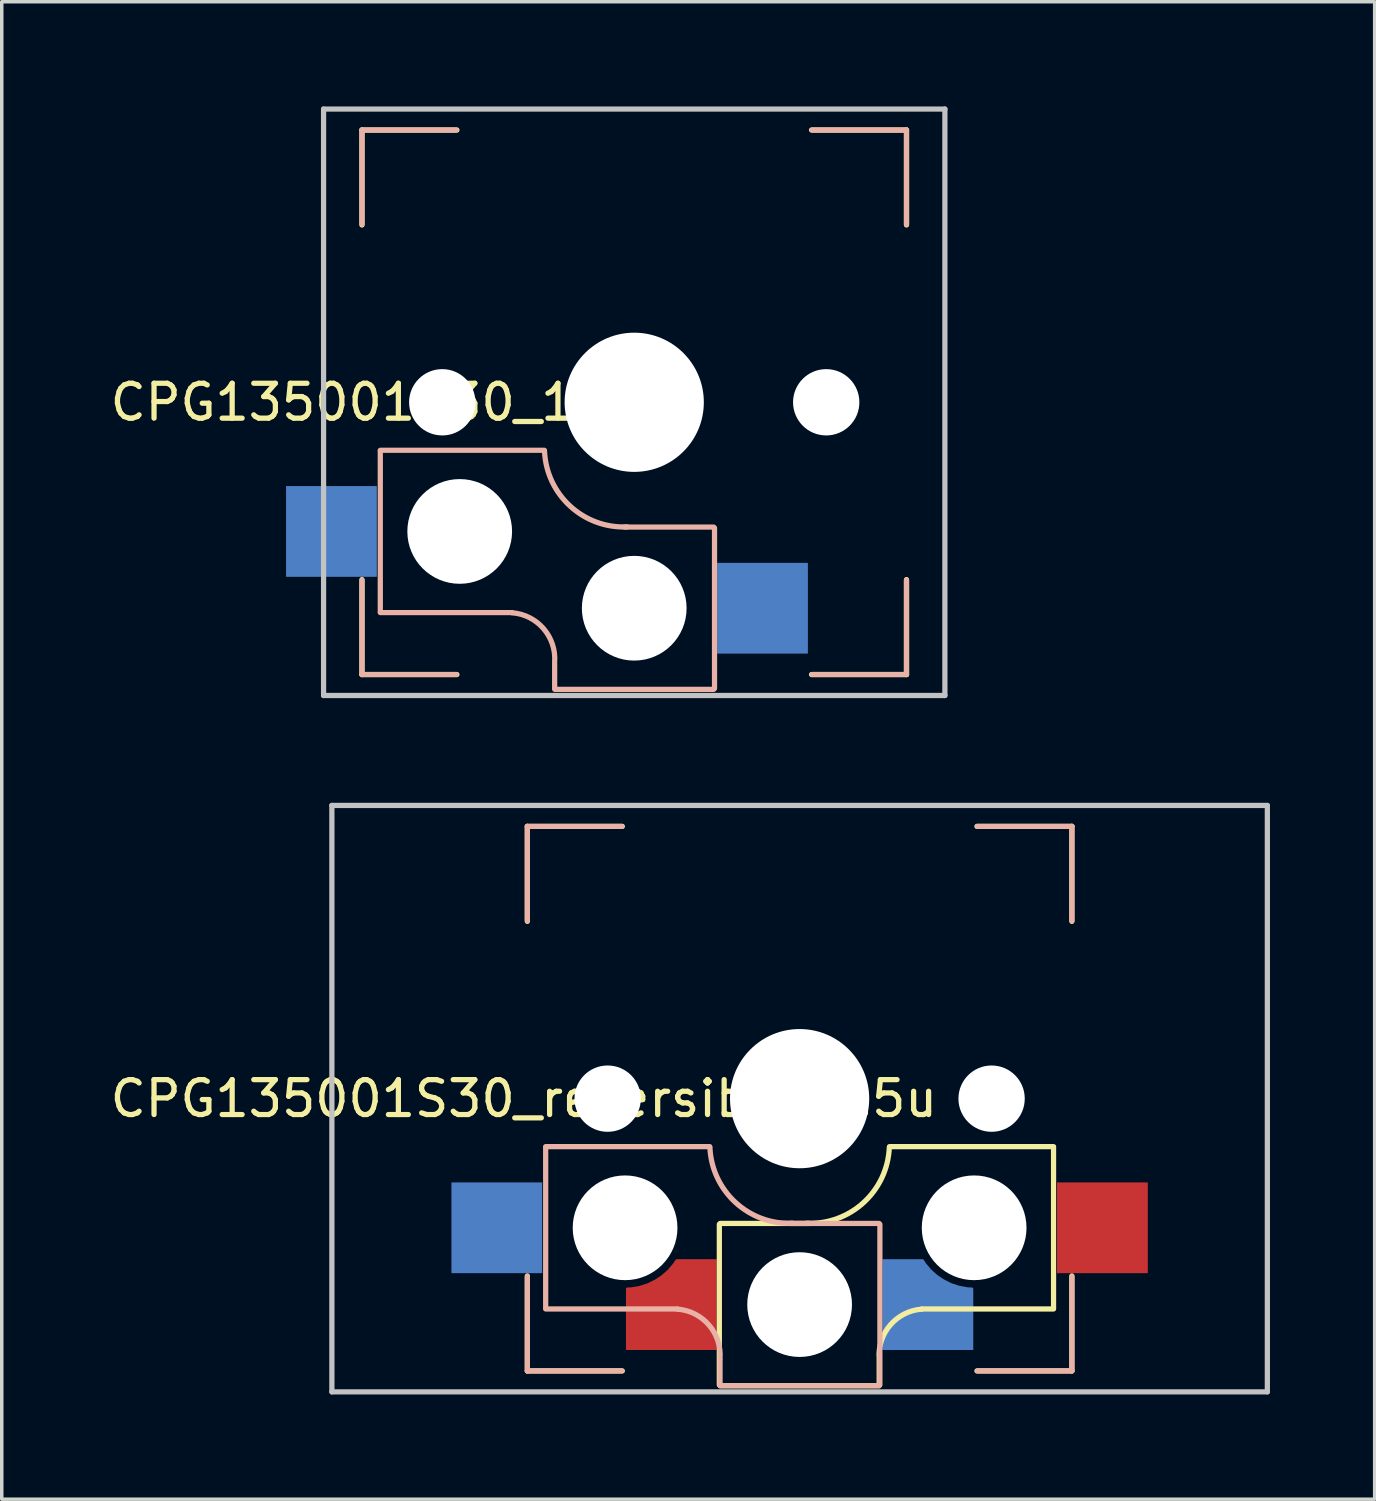
<source format=kicad_pcb>
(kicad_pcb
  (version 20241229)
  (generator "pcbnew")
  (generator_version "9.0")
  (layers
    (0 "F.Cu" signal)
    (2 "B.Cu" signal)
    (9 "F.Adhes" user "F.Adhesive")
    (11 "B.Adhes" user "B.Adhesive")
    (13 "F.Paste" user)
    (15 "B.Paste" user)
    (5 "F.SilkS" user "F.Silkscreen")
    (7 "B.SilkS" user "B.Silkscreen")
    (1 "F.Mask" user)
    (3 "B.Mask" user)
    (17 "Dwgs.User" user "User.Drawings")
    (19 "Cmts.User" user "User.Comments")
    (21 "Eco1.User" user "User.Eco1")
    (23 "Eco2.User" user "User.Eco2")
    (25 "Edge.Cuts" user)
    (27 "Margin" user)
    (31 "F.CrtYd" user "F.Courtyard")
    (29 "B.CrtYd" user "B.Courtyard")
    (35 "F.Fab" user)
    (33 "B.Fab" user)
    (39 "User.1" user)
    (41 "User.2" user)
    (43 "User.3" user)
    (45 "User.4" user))
  (footprint "CPG135001S30_1u"
    (layer "F.Cu")
    (at 15.12 8.475)
    (property "Reference" "CPG135001S30_1u" (at -7.9 0 180) (layer "F.SilkS") (effects (font (size 1 1) (thickness 0.15))))
    (attr through_hole)
    (fp_line (start -7.8 -7.8) (end -5.08 -7.8) (stroke (width 0.15) (type solid)) (layer "F.SilkS"))
    (fp_line (start -7.8 -5.08) (end -7.8 -7.8) (stroke (width 0.15) (type solid)) (layer "F.SilkS"))
    (fp_line (start -7.8 5.08) (end -7.8 7.8) (stroke (width 0.15) (type solid)) (layer "F.SilkS"))
    (fp_line (start -7.8 7.8) (end -5.08 7.8) (stroke (width 0.15) (type solid)) (layer "F.SilkS"))
    (fp_line (start 5.08 7.8) (end 7.8 7.8) (stroke (width 0.15) (type solid)) (layer "F.SilkS"))
    (fp_line (start 7.8 -7.8) (end 5.08 -7.8) (stroke (width 0.15) (type solid)) (layer "F.SilkS"))
    (fp_line (start 7.8 -5.08) (end 7.8 -7.8) (stroke (width 0.15) (type solid)) (layer "F.SilkS"))
    (fp_line (start 7.8 7.8) (end 7.8 5.08) (stroke (width 0.15) (type solid)) (layer "F.SilkS"))
    (fp_line (start -7.8 -7.8) (end -5.1 -7.8) (stroke (width 0.15) (type solid)) (layer "B.SilkS"))
    (fp_line (start -7.8 -5.1) (end -7.8 -7.8) (stroke (width 0.15) (type solid)) (layer "B.SilkS"))
    (fp_line (start -7.8 7.8) (end -7.8 5.1) (stroke (width 0.15) (type solid)) (layer "B.SilkS"))
    (fp_line (start -7.275 1.4) (end -7.275 6) (stroke (width 0.15) (type solid)) (layer "B.SilkS"))
    (fp_line (start -5.1 7.8) (end -7.8 7.8) (stroke (width 0.15) (type solid)) (layer "B.SilkS"))
    (fp_line (start -3.5 6.025) (end -7.275 6.025) (stroke (width 0.15) (type solid)) (layer "B.SilkS"))
    (fp_line (start -2.575 1.375) (end -7.275 1.375) (stroke (width 0.15) (type solid)) (layer "B.SilkS"))
    (fp_line (start -2.28 7.5) (end -2.28 8.2) (stroke (width 0.15) (type solid)) (layer "B.SilkS"))
    (fp_line (start 2.275 3.575) (end -0.275 3.575) (stroke (width 0.15) (type solid)) (layer "B.SilkS"))
    (fp_line (start 2.275 8.225) (end -2.275 8.225) (stroke (width 0.15) (type solid)) (layer "B.SilkS"))
    (fp_line (start 2.3 3.6) (end 2.3 8.2) (stroke (width 0.15) (type solid)) (layer "B.SilkS"))
    (fp_line (start 5.1 -7.8) (end 7.8 -7.8) (stroke (width 0.15) (type solid)) (layer "B.SilkS"))
    (fp_line (start 7.8 -7.8) (end 7.8 -5.1) (stroke (width 0.15) (type solid)) (layer "B.SilkS"))
    (fp_line (start 7.8 5.1) (end 7.8 7.8) (stroke (width 0.15) (type solid)) (layer "B.SilkS"))
    (fp_line (start 7.8 7.8) (end 5.1 7.8) (stroke (width 0.15) (type solid)) (layer "B.SilkS"))
    (fp_arc (start -3.5 6.03) (mid -2.595908 6.48733) (end -2.28 7.45) (stroke (width 0.15) (type solid)) (layer "B.SilkS"))
    (fp_arc (start -0.2 3.57) (mid -1.834422 2.975843) (end -2.57 1.4) (stroke (width 0.15) (type solid)) (layer "B.SilkS"))
    (fp_line (start -8.9 -8.4) (end 8.9 -8.4) (stroke (width 0.15) (type solid)) (layer "Dwgs.User"))
    (fp_line (start -8.9 8.4) (end -8.9 -8.4) (stroke (width 0.15) (type solid)) (layer "Dwgs.User"))
    (fp_line (start 8.9 -8.4) (end 8.9 8.4) (stroke (width 0.15) (type solid)) (layer "Dwgs.User"))
    (fp_line (start 8.9 8.4) (end -8.9 8.4) (stroke (width 0.15) (type solid)) (layer "Dwgs.User"))
    (fp_line (start -7 7) (end -7 -7) (stroke (width 0.15) (type solid)) (layer "Eco2.User"))
    (fp_line (start -7 7) (end 7 7) (stroke (width 0.15) (type solid)) (layer "Eco2.User"))
    (fp_line (start 7 -7) (end -7 -7) (stroke (width 0.15) (type solid)) (layer "Eco2.User"))
    (fp_line (start 7 -7) (end 7 7) (stroke (width 0.15) (type solid)) (layer "Eco2.User"))
    (pad "" np_thru_hole circle (at -5.5 0) (size 1.9 1.9) (drill 1.9) (layers "*.Cu" "*.Mask"))
    (pad "" np_thru_hole circle (at -5 3.7) (size 3 3) (drill 3) (layers "*.Cu" "*.Mask"))
    (pad "" np_thru_hole circle (at 0 0) (size 3.988 3.988) (drill 3.988) (layers "*.Cu" "*.Mask"))
    (pad "" np_thru_hole circle (at 0 5.9 90) (size 3 3) (drill 3) (layers "*.Cu" "*.Mask"))
    (pad "" np_thru_hole circle (at 5.5 0) (size 1.9 1.9) (drill 1.9) (layers "*.Cu" "*.Mask"))
    (pad "1" smd rect (at -8.675 3.7) (size 2.6 2.6) (layers "B.Cu" "B.Mask" "B.Paste"))
    (pad "2" smd rect (at 3.675 5.9 180) (size 2.6 2.6) (layers "B.Cu" "B.Mask" "B.Paste")))
  (footprint "CPG135001S30_reversible_1.5u"
    (layer "F.Cu")
    (at 19.858 28.425)
    (property "Reference" "CPG135001S30_reversible_1.5u" (at -7.9 0 180) (layer "F.SilkS") (effects (font (size 1 1) (thickness 0.15))))
    (attr through_hole)
    (fp_line (start -7.8 -7.8) (end -5.08 -7.8) (stroke (width 0.15) (type solid)) (layer "F.SilkS"))
    (fp_line (start -7.8 -5.08) (end -7.8 -7.8) (stroke (width 0.15) (type solid)) (layer "F.SilkS"))
    (fp_line (start -7.8 5.08) (end -7.8 7.8) (stroke (width 0.15) (type solid)) (layer "F.SilkS"))
    (fp_line (start -7.8 7.8) (end -5.08 7.8) (stroke (width 0.15) (type solid)) (layer "F.SilkS"))
    (fp_line (start -2.3 3.6) (end -2.3 8.2) (stroke (width 0.15) (type solid)) (layer "F.SilkS"))
    (fp_line (start -2.275 3.575) (end 0.275 3.575) (stroke (width 0.15) (type solid)) (layer "F.SilkS"))
    (fp_line (start -2.275 8.225) (end 2.275 8.225) (stroke (width 0.15) (type solid)) (layer "F.SilkS"))
    (fp_line (start 2.28 7.5) (end 2.28 8.2) (stroke (width 0.15) (type solid)) (layer "F.SilkS"))
    (fp_line (start 2.575 1.375) (end 7.275 1.375) (stroke (width 0.15) (type solid)) (layer "F.SilkS"))
    (fp_line (start 3.5 6.025) (end 7.275 6.025) (stroke (width 0.15) (type solid)) (layer "F.SilkS"))
    (fp_line (start 5.08 7.8) (end 7.8 7.8) (stroke (width 0.15) (type solid)) (layer "F.SilkS"))
    (fp_line (start 7.275 1.4) (end 7.275 6) (stroke (width 0.15) (type solid)) (layer "F.SilkS"))
    (fp_line (start 7.8 -7.8) (end 5.08 -7.8) (stroke (width 0.15) (type solid)) (layer "F.SilkS"))
    (fp_line (start 7.8 -5.08) (end 7.8 -7.8) (stroke (width 0.15) (type solid)) (layer "F.SilkS"))
    (fp_line (start 7.8 7.8) (end 7.8 5.08) (stroke (width 0.15) (type solid)) (layer "F.SilkS"))
    (fp_arc (start 2.279999 7.449999) (mid 2.595908 6.487329) (end 3.5 6.03) (stroke (width 0.15) (type solid)) (layer "F.SilkS"))
    (fp_arc (start 2.57 1.4) (mid 1.834422 2.975843) (end 0.2 3.57) (stroke (width 0.15) (type solid)) (layer "F.SilkS"))
    (fp_line (start -7.8 -7.8) (end -5.1 -7.8) (stroke (width 0.15) (type solid)) (layer "B.SilkS"))
    (fp_line (start -7.8 -5.1) (end -7.8 -7.8) (stroke (width 0.15) (type solid)) (layer "B.SilkS"))
    (fp_line (start -7.8 7.8) (end -7.8 5.1) (stroke (width 0.15) (type solid)) (layer "B.SilkS"))
    (fp_line (start -7.275 1.4) (end -7.275 6) (stroke (width 0.15) (type solid)) (layer "B.SilkS"))
    (fp_line (start -5.1 7.8) (end -7.8 7.8) (stroke (width 0.15) (type solid)) (layer "B.SilkS"))
    (fp_line (start -3.5 6.025) (end -7.275 6.025) (stroke (width 0.15) (type solid)) (layer "B.SilkS"))
    (fp_line (start -2.575 1.375) (end -7.275 1.375) (stroke (width 0.15) (type solid)) (layer "B.SilkS"))
    (fp_line (start -2.28 7.5) (end -2.28 8.2) (stroke (width 0.15) (type solid)) (layer "B.SilkS"))
    (fp_line (start 2.275 3.575) (end -0.275 3.575) (stroke (width 0.15) (type solid)) (layer "B.SilkS"))
    (fp_line (start 2.275 8.225) (end -2.275 8.225) (stroke (width 0.15) (type solid)) (layer "B.SilkS"))
    (fp_line (start 2.3 3.6) (end 2.3 8.2) (stroke (width 0.15) (type solid)) (layer "B.SilkS"))
    (fp_line (start 5.1 -7.8) (end 7.8 -7.8) (stroke (width 0.15) (type solid)) (layer "B.SilkS"))
    (fp_line (start 7.8 -7.8) (end 7.8 -5.1) (stroke (width 0.15) (type solid)) (layer "B.SilkS"))
    (fp_line (start 7.8 5.1) (end 7.8 7.8) (stroke (width 0.15) (type solid)) (layer "B.SilkS"))
    (fp_line (start 7.8 7.8) (end 5.1 7.8) (stroke (width 0.15) (type solid)) (layer "B.SilkS"))
    (fp_arc (start -3.5 6.03) (mid -2.595908 6.48733) (end -2.28 7.45) (stroke (width 0.15) (type solid)) (layer "B.SilkS"))
    (fp_arc (start -0.2 3.57) (mid -1.834422 2.975843) (end -2.57 1.4) (stroke (width 0.15) (type solid)) (layer "B.SilkS"))
    (fp_line (start -13.4 -8.4) (end 13.4 -8.4) (stroke (width 0.15) (type solid)) (layer "Dwgs.User"))
    (fp_line (start -13.4 8.4) (end -13.4 -8.4) (stroke (width 0.15) (type solid)) (layer "Dwgs.User"))
    (fp_line (start 13.4 -8.4) (end 13.4 8.4) (stroke (width 0.15) (type solid)) (layer "Dwgs.User"))
    (fp_line (start 13.4 8.4) (end -13.4 8.4) (stroke (width 0.15) (type solid)) (layer "Dwgs.User"))
    (fp_line (start -7 7) (end -7 -7) (stroke (width 0.15) (type solid)) (layer "Eco2.User"))
    (fp_line (start -7 7) (end 7 7) (stroke (width 0.15) (type solid)) (layer "Eco2.User"))
    (fp_line (start 7 -7) (end -7 -7) (stroke (width 0.15) (type solid)) (layer "Eco2.User"))
    (fp_line (start 7 -7) (end 7 7) (stroke (width 0.15) (type solid)) (layer "Eco2.User"))
    (pad "" np_thru_hole circle (at -5.5 0) (size 1.9 1.9) (drill 1.9) (layers "*.Cu" "*.Mask"))
    (pad "" np_thru_hole circle (at -5 3.7) (size 3 3) (drill 3) (layers "*.Cu" "*.Mask"))
    (pad "" np_thru_hole circle (at 0 0) (size 3.988 3.988) (drill 3.988) (layers "*.Cu" "*.Mask"))
    (pad "" np_thru_hole circle (at 0 5.9 90) (size 3 3) (drill 3) (layers "*.Cu" "*.Mask"))
    (pad "" np_thru_hole circle (at 5 3.7) (size 3 3) (drill 3) (layers "*.Cu" "*.Mask"))
    (pad "" np_thru_hole circle (at 5.5 0) (size 1.9 1.9) (drill 1.9) (layers "*.Cu" "*.Mask"))
    (pad "1" smd rect (at -8.675 3.7) (size 2.6 2.6) (layers "B.Cu" "B.Mask" "B.Paste"))
    (pad "1" smd rect (at 8.675 3.7) (size 2.6 2.6) (layers "F.Cu" "F.Mask" "F.Paste"))
    (pad "2" smd custom (at -3.675 5.9) (size 1.2 1.2) (layers "F.Cu" "F.Mask" "F.Paste") (options (anchor rect)) (primitives (gr_poly (pts (xy 0.15 -1.3) (xy -0.05 -1) (xy -0.3 -0.8) (xy -0.7 -0.6) (xy -0.95 -0.5) (xy -1.3 -0.44) (xy -1.3 1.3) (xy 1.3 1.3) (xy 1.3 -1.3)) (width 0) (fill yes)) (gr_arc (start 0.152398 -1.259777) (mid -0.453976 -0.680776) (end -1.26 -0.45) (width 0.08))))
    (pad "2" smd custom (at 3.675 5.9 180) (size 1.2 1.2) (layers "B.Cu" "B.Mask" "B.Paste") (options (anchor rect)) (primitives (gr_poly (pts (xy 0.15 1.3) (xy -0.05 1) (xy -0.3 0.8) (xy -0.7 0.6) (xy -0.95 0.5) (xy -1.3 0.44) (xy -1.3 -1.3) (xy 1.3 -1.3) (xy 1.3 1.3)) (width 0) (fill yes)) (gr_arc (start -1.26 0.45) (mid -0.453976 0.680776) (end 0.152398 1.259777) (width 0.08)))))
  (gr_rect
    (start -3 -3)
    (end 36.333 39.9)
    (stroke (width 0.1) (type default))
    (fill no)
    (layer "Edge.Cuts")))
</source>
